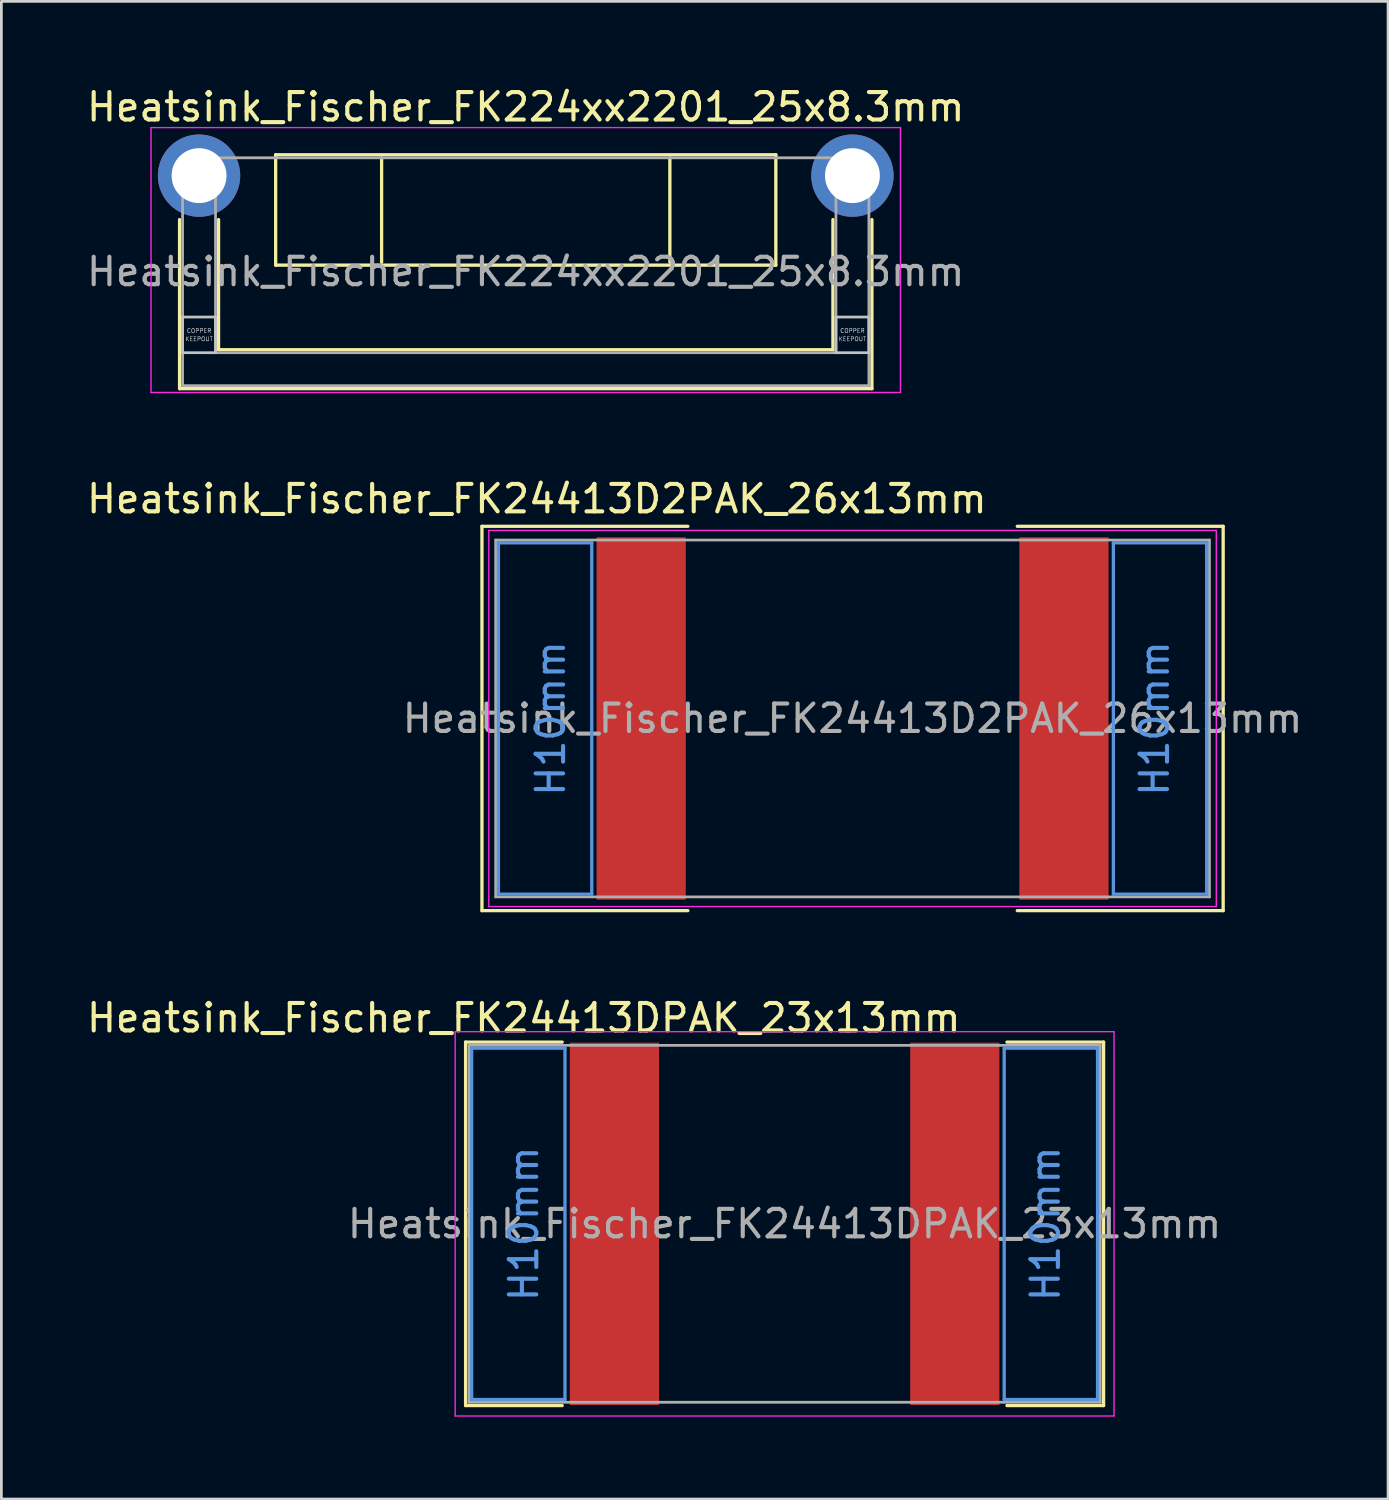
<source format=kicad_pcb>
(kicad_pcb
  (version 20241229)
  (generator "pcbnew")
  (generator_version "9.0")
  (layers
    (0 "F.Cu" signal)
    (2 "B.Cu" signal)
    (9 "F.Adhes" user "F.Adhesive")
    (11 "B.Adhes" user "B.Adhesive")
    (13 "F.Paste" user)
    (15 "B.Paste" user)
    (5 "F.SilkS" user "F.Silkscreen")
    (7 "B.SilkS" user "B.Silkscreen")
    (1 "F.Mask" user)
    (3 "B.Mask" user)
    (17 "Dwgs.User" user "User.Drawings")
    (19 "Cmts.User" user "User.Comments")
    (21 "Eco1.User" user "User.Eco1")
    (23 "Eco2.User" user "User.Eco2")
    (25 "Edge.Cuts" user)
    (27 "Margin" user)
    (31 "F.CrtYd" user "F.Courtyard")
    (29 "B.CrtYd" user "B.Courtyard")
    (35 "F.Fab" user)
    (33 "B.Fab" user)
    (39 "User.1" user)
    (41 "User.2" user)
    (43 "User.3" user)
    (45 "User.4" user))
  (footprint "Heatsink_Fischer_FK24413DPAK_23x13mm"
    (layer "F.Cu")
    (at 25.53 41.53)
    (property "Reference" "Heatsink_Fischer_FK24413DPAK_23x13mm" (at -9.5 -7.5 180) (layer "F.SilkS") (effects (font (size 1 1) (thickness 0.15))))
    (attr smd)
    (fp_line (start -11.62 -6.62) (end -8.1 -6.62) (stroke (width 0.12) (type solid)) (layer "F.SilkS"))
    (fp_line (start -11.62 6.62) (end -11.62 -6.62) (stroke (width 0.12) (type solid)) (layer "F.SilkS"))
    (fp_line (start -11.62 6.62) (end -8.1 6.62) (stroke (width 0.12) (type solid)) (layer "F.SilkS"))
    (fp_line (start 8.1 -6.62) (end 11.62 -6.62) (stroke (width 0.12) (type solid)) (layer "F.SilkS"))
    (fp_line (start 8.1 6.62) (end 11.62 6.62) (stroke (width 0.12) (type solid)) (layer "F.SilkS"))
    (fp_line (start 11.62 -6.62) (end 11.62 6.62) (stroke (width 0.12) (type solid)) (layer "F.SilkS"))
    (fp_line (start -11.4 -6.4) (end -8 -6.4) (stroke (width 0.12) (type solid)) (layer "Cmts.User"))
    (fp_line (start -11.4 6.4) (end -11.4 -6.4) (stroke (width 0.12) (type solid)) (layer "Cmts.User"))
    (fp_line (start -8 -6.4) (end -8 6.4) (stroke (width 0.12) (type solid)) (layer "Cmts.User"))
    (fp_line (start -8 6.4) (end -11.4 6.4) (stroke (width 0.12) (type solid)) (layer "Cmts.User"))
    (fp_line (start 8 6.4) (end 8 -6.4) (stroke (width 0.12) (type solid)) (layer "Cmts.User"))
    (fp_line (start 8 6.4) (end 11.4 6.4) (stroke (width 0.12) (type solid)) (layer "Cmts.User"))
    (fp_line (start 11.4 -6.4) (end 8 -6.4) (stroke (width 0.12) (type solid)) (layer "Cmts.User"))
    (fp_line (start 11.4 6.4) (end 11.4 -6.4) (stroke (width 0.12) (type solid)) (layer "Cmts.User"))
    (fp_line (start -12 -7) (end -12 7) (stroke (width 0.05) (type solid)) (layer "F.CrtYd"))
    (fp_line (start -12 -7) (end 12 -7) (stroke (width 0.05) (type solid)) (layer "F.CrtYd"))
    (fp_line (start 12 7) (end -12 7) (stroke (width 0.05) (type solid)) (layer "F.CrtYd"))
    (fp_line (start 12 7) (end 12 -7) (stroke (width 0.05) (type solid)) (layer "F.CrtYd"))
    (fp_line (start -11.5 -6.5) (end 11.5 -6.5) (stroke (width 0.1) (type solid)) (layer "F.Fab"))
    (fp_line (start -11.5 6.5) (end -11.5 -6.5) (stroke (width 0.1) (type solid)) (layer "F.Fab"))
    (fp_line (start 11.5 -6.5) (end 11.5 6.5) (stroke (width 0.1) (type solid)) (layer "F.Fab"))
    (fp_line (start 11.5 6.5) (end -11.5 6.5) (stroke (width 0.1) (type solid)) (layer "F.Fab"))
    (fp_text user "H10mm" (at -9.5 0 90) (layer "Cmts.User") (effects (font (size 1 1) (thickness 0.15))))
    (fp_text user "H10mm" (at 9.5 0 90) (layer "Cmts.User") (effects (font (size 1 1) (thickness 0.15))))
    (fp_text user "${REFERENCE}" (at 0 0 0) (layer "F.Fab") (effects (font (size 1 1) (thickness 0.15))))
    (pad "1" smd rect (at -6.2 0 180) (size 3.25 13.2) (layers "F.Cu" "F.Mask" "F.Paste"))
    (pad "1" smd rect (at 6.2 0) (size 3.25 13.2) (layers "F.Cu" "F.Mask" "F.Paste")))
  (footprint "Heatsink_Fischer_FK224xx2201_25x8.3mm"
    (layer "F.Cu")
    (at 4.201 3.348)
    (property "Reference" "Heatsink_Fischer_FK224xx2201_25x8.3mm" (at 11.9 -2.5 180) (layer "F.SilkS") (effects (font (size 1 1) (thickness 0.15))))
    (attr through_hole)
    (fp_line (start -0.71 1.6) (end -0.71 7.76) (stroke (width 0.12) (type solid)) (layer "F.SilkS"))
    (fp_line (start 0.71 1.6) (end 0.71 6.34) (stroke (width 0.12) (type solid)) (layer "F.SilkS"))
    (fp_line (start 2.79 -0.76) (end 2.79 3.26) (stroke (width 0.12) (type solid)) (layer "F.SilkS"))
    (fp_line (start 2.79 3.26) (end 21.01 3.26) (stroke (width 0.12) (type solid)) (layer "F.SilkS"))
    (fp_line (start 6.65 -0.65) (end 6.65 3.15) (stroke (width 0.12) (type solid)) (layer "F.SilkS"))
    (fp_line (start 17.15 -0.65) (end 17.15 3.15) (stroke (width 0.12) (type solid)) (layer "F.SilkS"))
    (fp_line (start 21.01 -0.76) (end 2.79 -0.76) (stroke (width 0.12) (type solid)) (layer "F.SilkS"))
    (fp_line (start 21.01 3.26) (end 21.01 -0.76) (stroke (width 0.12) (type solid)) (layer "F.SilkS"))
    (fp_line (start 23.09 1.6) (end 23.09 6.34) (stroke (width 0.12) (type solid)) (layer "F.SilkS"))
    (fp_line (start 23.09 6.34) (end 0.71 6.34) (stroke (width 0.12) (type solid)) (layer "F.SilkS"))
    (fp_line (start 24.51 1.6) (end 24.51 7.76) (stroke (width 0.12) (type solid)) (layer "F.SilkS"))
    (fp_line (start 24.51 7.76) (end -0.71 7.76) (stroke (width 0.12) (type solid)) (layer "F.SilkS"))
    (fp_line (start -0.6 5.15) (end 0.6 5.15) (stroke (width 0.1) (type solid)) (layer "Dwgs.User"))
    (fp_line (start -0.6 6.45) (end -0.6 5.15) (stroke (width 0.1) (type solid)) (layer "Dwgs.User"))
    (fp_line (start 0.6 5.15) (end 0.6 6.45) (stroke (width 0.1) (type solid)) (layer "Dwgs.User"))
    (fp_line (start 0.6 6.45) (end -0.6 6.45) (stroke (width 0.1) (type solid)) (layer "Dwgs.User"))
    (fp_line (start 23.2 5.15) (end 24.4 5.15) (stroke (width 0.1) (type solid)) (layer "Dwgs.User"))
    (fp_line (start 23.2 6.45) (end 23.2 5.15) (stroke (width 0.1) (type solid)) (layer "Dwgs.User"))
    (fp_line (start 24.4 5.15) (end 24.4 6.45) (stroke (width 0.1) (type solid)) (layer "Dwgs.User"))
    (fp_line (start 24.4 6.45) (end 23.2 6.45) (stroke (width 0.1) (type solid)) (layer "Dwgs.User"))
    (fp_line (start -1.75 -1.75) (end -1.75 7.9) (stroke (width 0.05) (type solid)) (layer "F.CrtYd"))
    (fp_line (start -1.75 -1.75) (end 25.55 -1.75) (stroke (width 0.05) (type solid)) (layer "F.CrtYd"))
    (fp_line (start 25.55 7.9) (end -1.75 7.9) (stroke (width 0.05) (type solid)) (layer "F.CrtYd"))
    (fp_line (start 25.55 7.9) (end 25.55 -1.75) (stroke (width 0.05) (type solid)) (layer "F.CrtYd"))
    (fp_line (start -0.6 -0.65) (end 24.4 -0.65) (stroke (width 0.1) (type solid)) (layer "F.Fab"))
    (fp_line (start -0.6 7.65) (end -0.6 -0.65) (stroke (width 0.1) (type solid)) (layer "F.Fab"))
    (fp_line (start 0.6 -0.65) (end 0.6 6.45) (stroke (width 0.1) (type solid)) (layer "F.Fab"))
    (fp_line (start 23.2 -0.65) (end 23.2 6.45) (stroke (width 0.1) (type solid)) (layer "F.Fab"))
    (fp_line (start 23.2 6.45) (end 0.6 6.45) (stroke (width 0.1) (type solid)) (layer "F.Fab"))
    (fp_line (start 24.4 -0.65) (end 24.4 7.65) (stroke (width 0.1) (type solid)) (layer "F.Fab"))
    (fp_line (start 24.4 7.65) (end -0.6 7.65) (stroke (width 0.1) (type solid)) (layer "F.Fab"))
    (fp_text user "COPPER" (at 23.8 5.65 0) (layer "Dwgs.User") (effects (font (size 0.15 0.15) (thickness 0.02))))
    (fp_text user "KEEPOUT" (at 23.8 5.95 0) (layer "Dwgs.User") (effects (font (size 0.15 0.15) (thickness 0.02))))
    (fp_text user "COPPER" (at 0 5.65 0) (layer "Dwgs.User") (effects (font (size 0.15 0.15) (thickness 0.02))))
    (fp_text user "KEEPOUT" (at 0 5.95 0) (layer "Dwgs.User") (effects (font (size 0.15 0.15) (thickness 0.02))))
    (fp_text user "${REFERENCE}" (at 11.9 3.5 0) (layer "F.Fab") (effects (font (size 1 1) (thickness 0.15))))
    (pad "1" thru_hole circle (at 0 0) (size 3 3) (drill 2) (layers "*.Cu" "*.Mask"))
    (pad "1" thru_hole circle (at 23.8 0) (size 3 3) (drill 2) (layers "*.Cu" "*.Mask")))
  (footprint "Heatsink_Fischer_FK24413D2PAK_26x13mm"
    (layer "F.Cu")
    (at 28.006 23.122)
    (property "Reference" "Heatsink_Fischer_FK24413D2PAK_26x13mm" (at -11.5 -8 180) (layer "F.SilkS") (effects (font (size 1 1) (thickness 0.15))))
    (attr smd)
    (fp_line (start -13.5 -7) (end -6 -7) (stroke (width 0.12) (type solid)) (layer "F.SilkS"))
    (fp_line (start -13.5 7) (end -13.5 -7) (stroke (width 0.12) (type solid)) (layer "F.SilkS"))
    (fp_line (start -13.5 7) (end -6 7) (stroke (width 0.12) (type solid)) (layer "F.SilkS"))
    (fp_line (start 6 -7) (end 13.5 -7) (stroke (width 0.12) (type solid)) (layer "F.SilkS"))
    (fp_line (start 6 7) (end 13.5 7) (stroke (width 0.12) (type solid)) (layer "F.SilkS"))
    (fp_line (start 13.5 -7) (end 13.5 7) (stroke (width 0.12) (type solid)) (layer "F.SilkS"))
    (fp_line (start -12.9 -6.4) (end -9.5 -6.4) (stroke (width 0.12) (type solid)) (layer "Cmts.User"))
    (fp_line (start -12.9 6.4) (end -12.9 -6.4) (stroke (width 0.12) (type solid)) (layer "Cmts.User"))
    (fp_line (start -9.5 -6.4) (end -9.5 6.4) (stroke (width 0.12) (type solid)) (layer "Cmts.User"))
    (fp_line (start -9.5 6.4) (end -12.9 6.4) (stroke (width 0.12) (type solid)) (layer "Cmts.User"))
    (fp_line (start 9.5 6.4) (end 9.5 -6.4) (stroke (width 0.12) (type solid)) (layer "Cmts.User"))
    (fp_line (start 9.5 6.4) (end 12.9 6.4) (stroke (width 0.12) (type solid)) (layer "Cmts.User"))
    (fp_line (start 12.9 -6.4) (end 9.5 -6.4) (stroke (width 0.12) (type solid)) (layer "Cmts.User"))
    (fp_line (start 12.9 6.4) (end 12.9 -6.4) (stroke (width 0.12) (type solid)) (layer "Cmts.User"))
    (fp_line (start -13.25 -6.85) (end -13.25 6.85) (stroke (width 0.05) (type solid)) (layer "F.CrtYd"))
    (fp_line (start -13.25 -6.85) (end 13.25 -6.85) (stroke (width 0.05) (type solid)) (layer "F.CrtYd"))
    (fp_line (start 13.25 6.85) (end -13.25 6.85) (stroke (width 0.05) (type solid)) (layer "F.CrtYd"))
    (fp_line (start 13.25 6.85) (end 13.25 -6.85) (stroke (width 0.05) (type solid)) (layer "F.CrtYd"))
    (fp_line (start -13 -6.5) (end 13 -6.5) (stroke (width 0.1) (type solid)) (layer "F.Fab"))
    (fp_line (start -13 6.5) (end -13 -6.5) (stroke (width 0.1) (type solid)) (layer "F.Fab"))
    (fp_line (start 13 -6.5) (end 13 6.5) (stroke (width 0.1) (type solid)) (layer "F.Fab"))
    (fp_line (start 13 6.5) (end -13 6.5) (stroke (width 0.1) (type solid)) (layer "F.Fab"))
    (fp_text user "H10mm" (at -11 0 90) (layer "Cmts.User") (effects (font (size 1 1) (thickness 0.15))))
    (fp_text user "H10mm" (at 11 0 90) (layer "Cmts.User") (effects (font (size 1 1) (thickness 0.15))))
    (fp_text user "${REFERENCE}" (at 0 0 0) (layer "F.Fab") (effects (font (size 1 1) (thickness 0.15))))
    (pad "1" smd rect (at -7.7 0 180) (size 3.25 13.2) (layers "F.Cu" "F.Mask" "F.Paste"))
    (pad "1" smd rect (at 7.7 0) (size 3.25 13.2) (layers "F.Cu" "F.Mask" "F.Paste")))
  (gr_rect
    (start -3 -3)
    (end 47.512 51.555)
    (stroke (width 0.1) (type default))
    (fill no)
    (layer "Edge.Cuts")))
</source>
